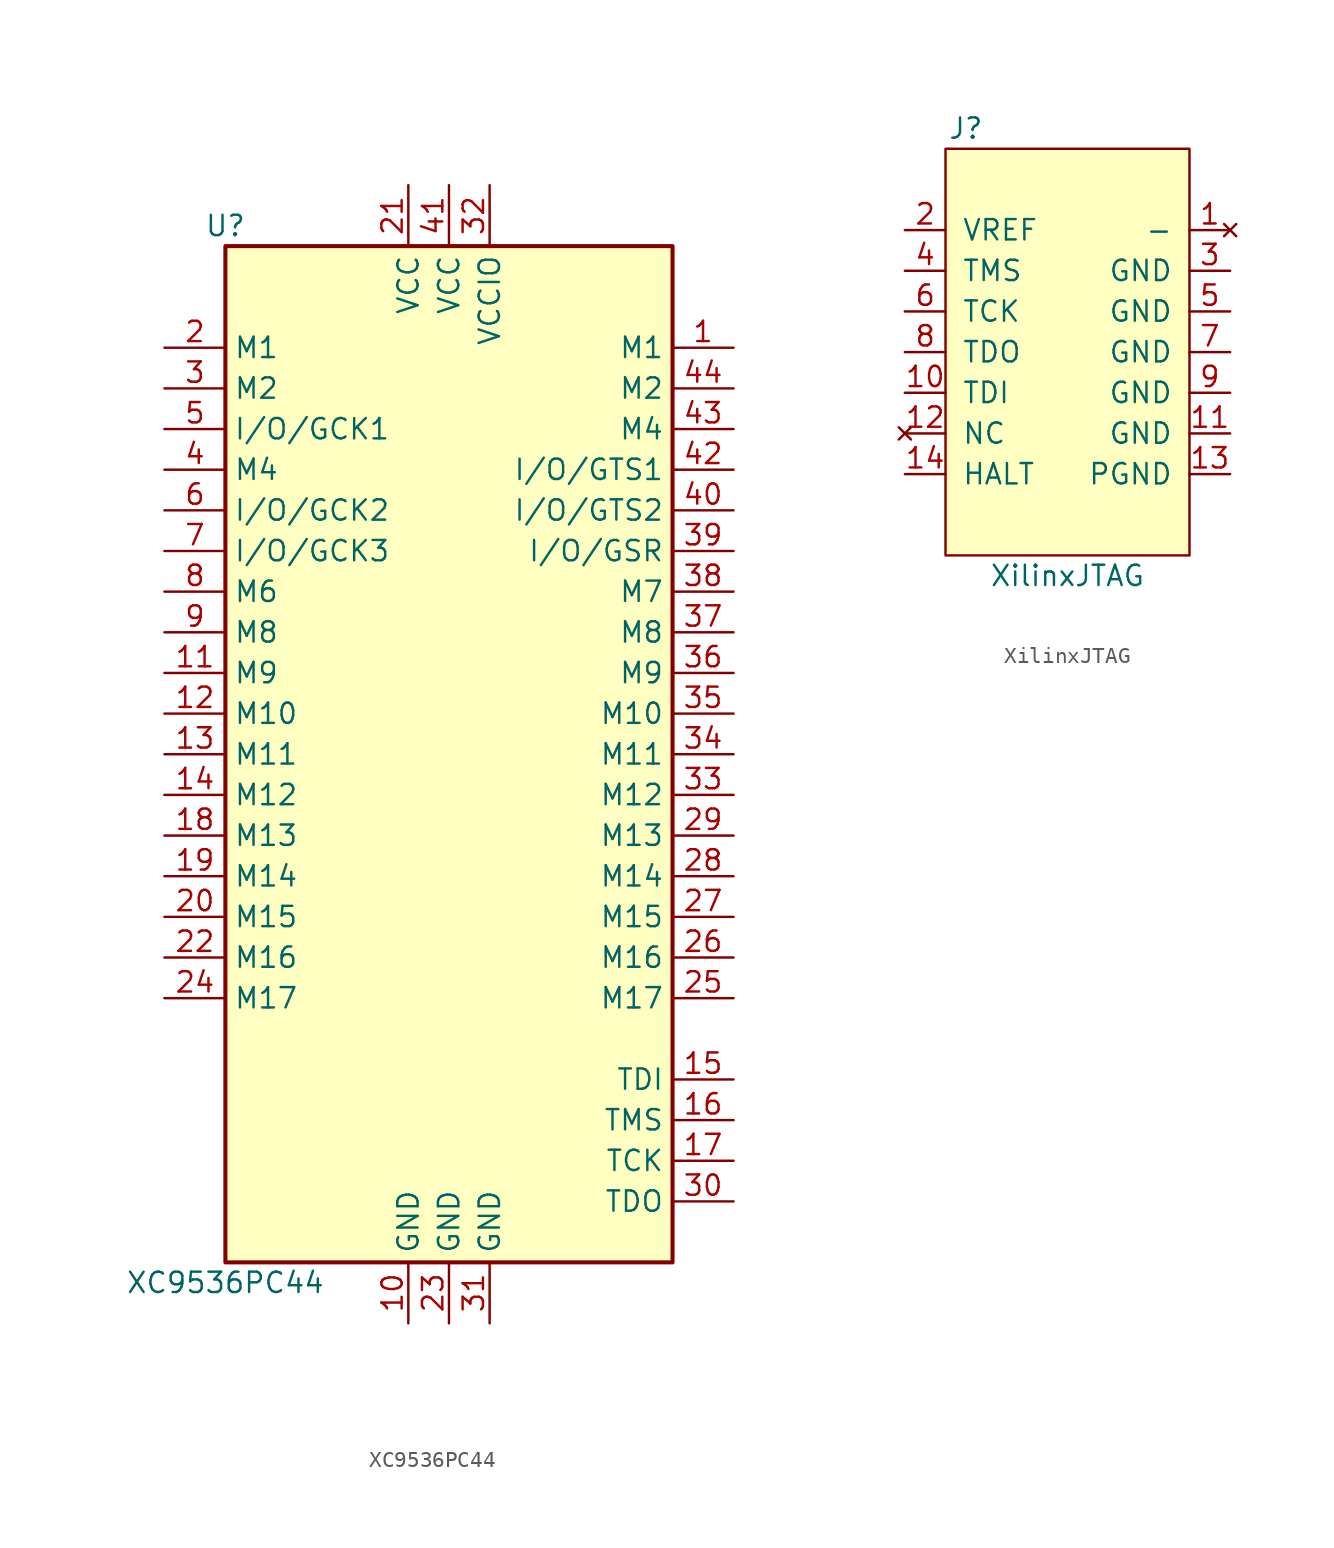
<source format=kicad_sym>
(kicad_symbol_lib
  (version 20220914)
  (generator kicad_symbol_editor)
  (symbol "XC9536PC44"
    (property "Reference" "U"
      (at -13.97 33.02 0)
      (effects (font (size 1.27 1.27))))
    (property "Value" "XC9536PC44"
      (at -13.97 -33.02 0)
      (effects (font (size 1.27 1.27))))
    (symbol "XC9536PC44_1_1"
      (rectangle (start -13.97 31.75) (end 13.97 -31.75) (stroke (width 0.254) (type default)) (fill (type background)))
      (pin bidirectional line (at 17.78 25.4 180) (length 3.81) (name "M1" (effects (font (size 1.27 1.27)))) (number "1" (effects (font (size 1.27 1.27)))))
      (pin power_in line (at -2.54 -35.56 90) (length 3.81) (name "GND" (effects (font (size 1.27 1.27)))) (number "10" (effects (font (size 1.27 1.27)))))
      (pin bidirectional line (at -17.78 5.08 0) (length 3.81) (name "M9" (effects (font (size 1.27 1.27)))) (number "11" (effects (font (size 1.27 1.27)))))
      (pin bidirectional line (at -17.78 2.54 0) (length 3.81) (name "M10" (effects (font (size 1.27 1.27)))) (number "12" (effects (font (size 1.27 1.27)))))
      (pin bidirectional line (at -17.78 0 0) (length 3.81) (name "M11" (effects (font (size 1.27 1.27)))) (number "13" (effects (font (size 1.27 1.27)))))
      (pin bidirectional line (at -17.78 -2.54 0) (length 3.81) (name "M12" (effects (font (size 1.27 1.27)))) (number "14" (effects (font (size 1.27 1.27)))))
      (pin input line (at 17.78 -20.32 180) (length 3.81) (name "TDI" (effects (font (size 1.27 1.27)))) (number "15" (effects (font (size 1.27 1.27)))))
      (pin input line (at 17.78 -22.86 180) (length 3.81) (name "TMS" (effects (font (size 1.27 1.27)))) (number "16" (effects (font (size 1.27 1.27)))))
      (pin input line (at 17.78 -25.4 180) (length 3.81) (name "TCK" (effects (font (size 1.27 1.27)))) (number "17" (effects (font (size 1.27 1.27)))))
      (pin bidirectional line (at -17.78 -5.08 0) (length 3.81) (name "M13" (effects (font (size 1.27 1.27)))) (number "18" (effects (font (size 1.27 1.27)))))
      (pin bidirectional line (at -17.78 -7.62 0) (length 3.81) (name "M14" (effects (font (size 1.27 1.27)))) (number "19" (effects (font (size 1.27 1.27)))))
      (pin bidirectional line (at -17.78 25.4 0) (length 3.81) (name "M1" (effects (font (size 1.27 1.27)))) (number "2" (effects (font (size 1.27 1.27)))))
      (pin bidirectional line (at -17.78 -10.16 0) (length 3.81) (name "M15" (effects (font (size 1.27 1.27)))) (number "20" (effects (font (size 1.27 1.27)))))
      (pin power_in line (at -2.54 35.56 270) (length 3.81) (name "VCC" (effects (font (size 1.27 1.27)))) (number "21" (effects (font (size 1.27 1.27)))))
      (pin bidirectional line (at -17.78 -12.7 0) (length 3.81) (name "M16" (effects (font (size 1.27 1.27)))) (number "22" (effects (font (size 1.27 1.27)))))
      (pin power_in line (at 0 -35.56 90) (length 3.81) (name "GND" (effects (font (size 1.27 1.27)))) (number "23" (effects (font (size 1.27 1.27)))))
      (pin bidirectional line (at -17.78 -15.24 0) (length 3.81) (name "M17" (effects (font (size 1.27 1.27)))) (number "24" (effects (font (size 1.27 1.27)))))
      (pin bidirectional line (at 17.78 -15.24 180) (length 3.81) (name "M17" (effects (font (size 1.27 1.27)))) (number "25" (effects (font (size 1.27 1.27)))))
      (pin bidirectional line (at 17.78 -12.7 180) (length 3.81) (name "M16" (effects (font (size 1.27 1.27)))) (number "26" (effects (font (size 1.27 1.27)))))
      (pin bidirectional line (at 17.78 -10.16 180) (length 3.81) (name "M15" (effects (font (size 1.27 1.27)))) (number "27" (effects (font (size 1.27 1.27)))))
      (pin bidirectional line (at 17.78 -7.62 180) (length 3.81) (name "M14" (effects (font (size 1.27 1.27)))) (number "28" (effects (font (size 1.27 1.27)))))
      (pin bidirectional line (at 17.78 -5.08 180) (length 3.81) (name "M13" (effects (font (size 1.27 1.27)))) (number "29" (effects (font (size 1.27 1.27)))))
      (pin bidirectional line (at -17.78 22.86 0) (length 3.81) (name "M2" (effects (font (size 1.27 1.27)))) (number "3" (effects (font (size 1.27 1.27)))))
      (pin output line (at 17.78 -27.94 180) (length 3.81) (name "TDO" (effects (font (size 1.27 1.27)))) (number "30" (effects (font (size 1.27 1.27)))))
      (pin power_in line (at 2.54 -35.56 90) (length 3.81) (name "GND" (effects (font (size 1.27 1.27)))) (number "31" (effects (font (size 1.27 1.27)))))
      (pin power_in line (at 2.54 35.56 270) (length 3.81) (name "VCCIO" (effects (font (size 1.27 1.27)))) (number "32" (effects (font (size 1.27 1.27)))))
      (pin bidirectional line (at 17.78 -2.54 180) (length 3.81) (name "M12" (effects (font (size 1.27 1.27)))) (number "33" (effects (font (size 1.27 1.27)))))
      (pin bidirectional line (at 17.78 0 180) (length 3.81) (name "M11" (effects (font (size 1.27 1.27)))) (number "34" (effects (font (size 1.27 1.27)))))
      (pin bidirectional line (at 17.78 2.54 180) (length 3.81) (name "M10" (effects (font (size 1.27 1.27)))) (number "35" (effects (font (size 1.27 1.27)))))
      (pin bidirectional line (at 17.78 5.08 180) (length 3.81) (name "M9" (effects (font (size 1.27 1.27)))) (number "36" (effects (font (size 1.27 1.27)))))
      (pin bidirectional line (at 17.78 7.62 180) (length 3.81) (name "M8" (effects (font (size 1.27 1.27)))) (number "37" (effects (font (size 1.27 1.27)))))
      (pin bidirectional line (at 17.78 10.16 180) (length 3.81) (name "M7" (effects (font (size 1.27 1.27)))) (number "38" (effects (font (size 1.27 1.27)))))
      (pin bidirectional line (at 17.78 12.7 180) (length 3.81) (name "I/O/GSR" (effects (font (size 1.27 1.27)))) (number "39" (effects (font (size 1.27 1.27)))))
      (pin bidirectional line (at -17.78 17.78 0) (length 3.81) (name "M4" (effects (font (size 1.27 1.27)))) (number "4" (effects (font (size 1.27 1.27)))))
      (pin bidirectional line (at 17.78 15.24 180) (length 3.81) (name "I/O/GTS2" (effects (font (size 1.27 1.27)))) (number "40" (effects (font (size 1.27 1.27)))))
      (pin power_in line (at 0 35.56 270) (length 3.81) (name "VCC" (effects (font (size 1.27 1.27)))) (number "41" (effects (font (size 1.27 1.27)))))
      (pin bidirectional line (at 17.78 17.78 180) (length 3.81) (name "I/O/GTS1" (effects (font (size 1.27 1.27)))) (number "42" (effects (font (size 1.27 1.27)))))
      (pin bidirectional line (at 17.78 20.32 180) (length 3.81) (name "M4" (effects (font (size 1.27 1.27)))) (number "43" (effects (font (size 1.27 1.27)))))
      (pin bidirectional line (at 17.78 22.86 180) (length 3.81) (name "M2" (effects (font (size 1.27 1.27)))) (number "44" (effects (font (size 1.27 1.27)))))
      (pin bidirectional line (at -17.78 20.32 0) (length 3.81) (name "I/O/GCK1" (effects (font (size 1.27 1.27)))) (number "5" (effects (font (size 1.27 1.27)))))
      (pin bidirectional line (at -17.78 15.24 0) (length 3.81) (name "I/O/GCK2" (effects (font (size 1.27 1.27)))) (number "6" (effects (font (size 1.27 1.27)))))
      (pin bidirectional line (at -17.78 12.7 0) (length 3.81) (name "I/O/GCK3" (effects (font (size 1.27 1.27)))) (number "7" (effects (font (size 1.27 1.27)))))
      (pin bidirectional line (at -17.78 10.16 0) (length 3.81) (name "M6" (effects (font (size 1.27 1.27)))) (number "8" (effects (font (size 1.27 1.27)))))
      (pin bidirectional line (at -17.78 7.62 0) (length 3.81) (name "M8" (effects (font (size 1.27 1.27)))) (number "9" (effects (font (size 1.27 1.27)))))))
  (symbol "XilinxJTAG"
    (pin_names
      (offset 1.016))
    (property "Reference" "J"
      (at -6.35 13.97 0)
      (effects (font (size 1.27 1.27))))
    (property "Value" "XilinxJTAG"
      (at 0 -13.97 0)
      (effects (font (size 1.27 1.27))))
    (symbol "XilinxJTAG_0_1"
      (rectangle (start -7.62 12.7) (end 7.62 -12.7) (stroke (width 0) (type default)) (fill (type background))))
    (symbol "XilinxJTAG_1_1"
      (pin no_connect line (at 10.16 7.62 180) (length 2.54) (name "-" (effects (font (size 1.27 1.27)))) (number "1" (effects (font (size 1.27 1.27)))))
      (pin output line (at -10.16 -2.54 0) (length 2.54) (name "TDI" (effects (font (size 1.27 1.27)))) (number "10" (effects (font (size 1.27 1.27)))))
      (pin power_in line (at 10.16 -5.08 180) (length 2.54) (name "GND" (effects (font (size 1.27 1.27)))) (number "11" (effects (font (size 1.27 1.27)))))
      (pin no_connect line (at -10.16 -5.08 0) (length 2.54) (name "NC" (effects (font (size 1.27 1.27)))) (number "12" (effects (font (size 1.27 1.27)))))
      (pin power_in line (at 10.16 -7.62 180) (length 2.54) (name "PGND" (effects (font (size 1.27 1.27)))) (number "13" (effects (font (size 1.27 1.27)))))
      (pin output line (at -10.16 -7.62 0) (length 2.54) (name "HALT" (effects (font (size 1.27 1.27)))) (number "14" (effects (font (size 1.27 1.27)))))
      (pin input line (at -10.16 7.62 0) (length 2.54) (name "VREF" (effects (font (size 1.27 1.27)))) (number "2" (effects (font (size 1.27 1.27)))))
      (pin power_in line (at 10.16 5.08 180) (length 2.54) (name "GND" (effects (font (size 1.27 1.27)))) (number "3" (effects (font (size 1.27 1.27)))))
      (pin output line (at -10.16 5.08 0) (length 2.54) (name "TMS" (effects (font (size 1.27 1.27)))) (number "4" (effects (font (size 1.27 1.27)))))
      (pin power_in line (at 10.16 2.54 180) (length 2.54) (name "GND" (effects (font (size 1.27 1.27)))) (number "5" (effects (font (size 1.27 1.27)))))
      (pin output line (at -10.16 2.54 0) (length 2.54) (name "TCK" (effects (font (size 1.27 1.27)))) (number "6" (effects (font (size 1.27 1.27)))))
      (pin power_in line (at 10.16 0 180) (length 2.54) (name "GND" (effects (font (size 1.27 1.27)))) (number "7" (effects (font (size 1.27 1.27)))))
      (pin input line (at -10.16 0 0) (length 2.54) (name "TDO" (effects (font (size 1.27 1.27)))) (number "8" (effects (font (size 1.27 1.27)))))
      (pin power_in line (at 10.16 -2.54 180) (length 2.54) (name "GND" (effects (font (size 1.27 1.27)))) (number "9" (effects (font (size 1.27 1.27))))))))
</source>
